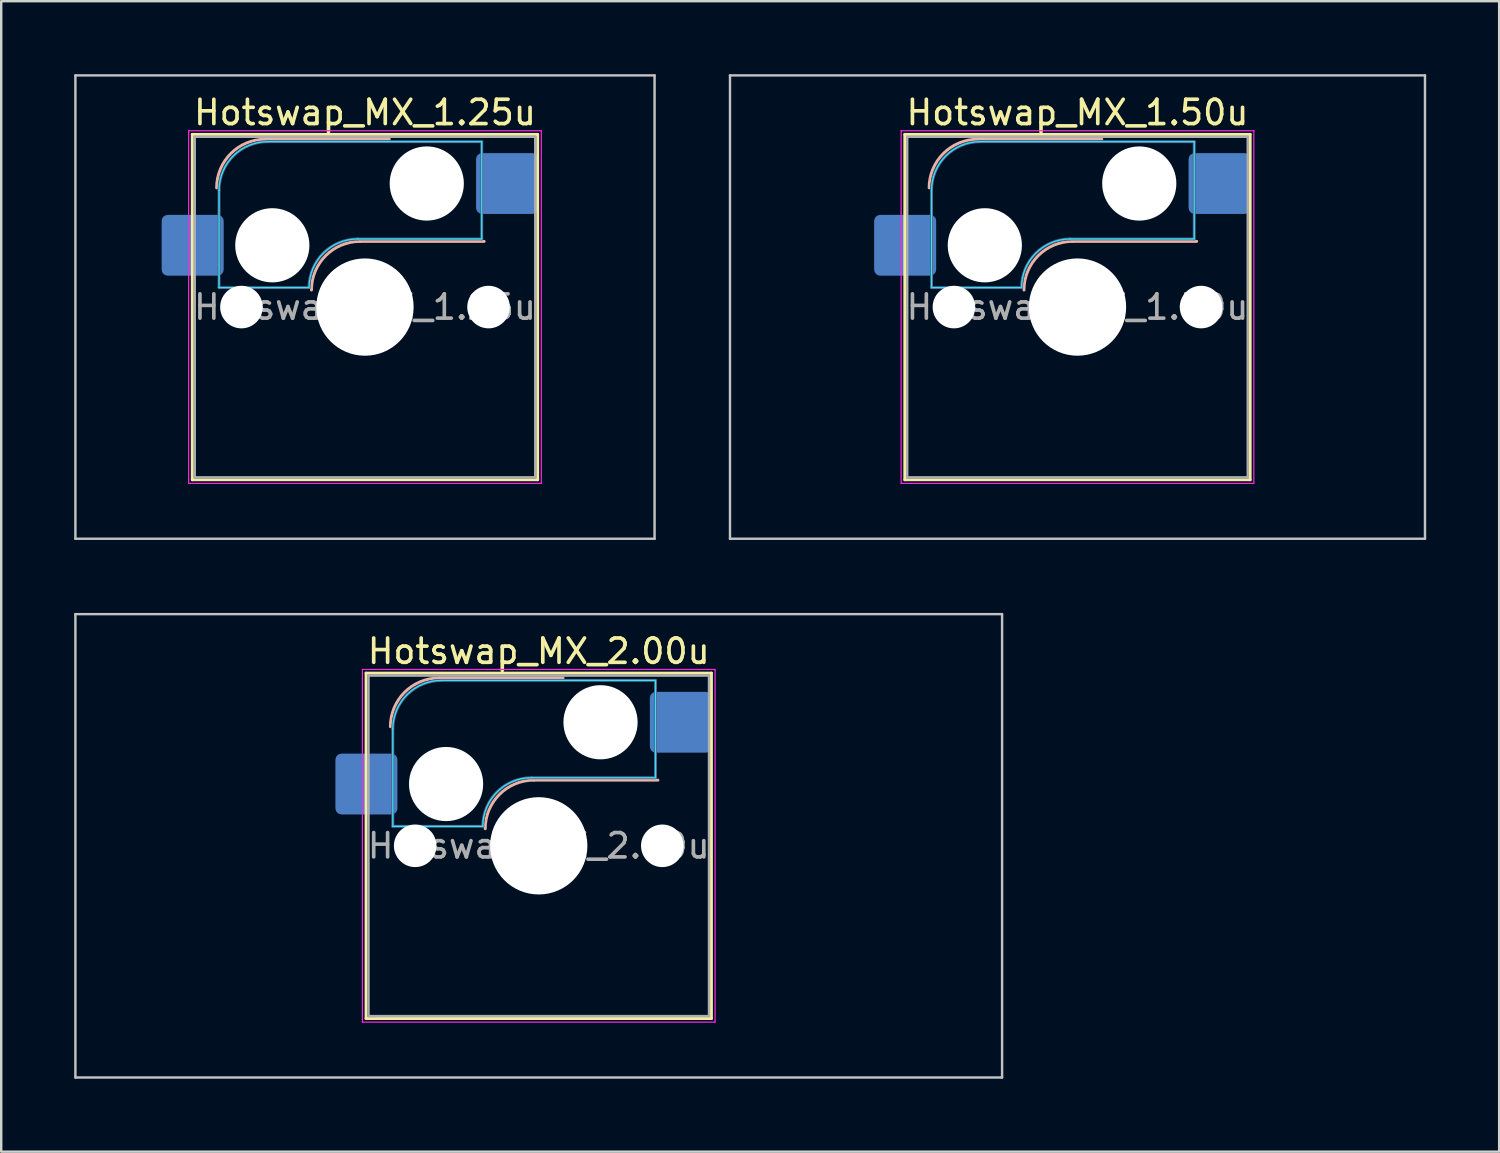
<source format=kicad_pcb>
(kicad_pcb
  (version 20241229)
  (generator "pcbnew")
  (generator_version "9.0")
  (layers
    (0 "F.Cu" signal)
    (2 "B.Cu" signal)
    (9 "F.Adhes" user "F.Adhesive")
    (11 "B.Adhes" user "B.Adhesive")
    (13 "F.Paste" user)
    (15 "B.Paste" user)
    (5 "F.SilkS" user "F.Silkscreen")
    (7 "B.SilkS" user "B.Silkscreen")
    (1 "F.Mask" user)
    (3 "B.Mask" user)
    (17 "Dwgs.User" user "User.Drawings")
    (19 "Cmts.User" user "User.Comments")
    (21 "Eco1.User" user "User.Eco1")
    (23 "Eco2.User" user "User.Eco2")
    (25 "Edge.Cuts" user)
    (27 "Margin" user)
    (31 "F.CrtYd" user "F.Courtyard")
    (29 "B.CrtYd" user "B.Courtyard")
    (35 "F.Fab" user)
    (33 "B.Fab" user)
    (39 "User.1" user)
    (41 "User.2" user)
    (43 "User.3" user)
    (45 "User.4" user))
  (footprint "Hotswap_MX_1.25u"
    (layer "F.Cu")
    (at 11.956 9.575)
    (property "Reference" "Hotswap_MX_1.25u" (at 0 -8 0) (layer "F.SilkS") (effects (font (size 1 1) (thickness 0.15))))
    (attr smd)
    (fp_line (start -7.1 -7.1) (end -7.1 7.1) (stroke (width 0.12) (type solid)) (layer "F.SilkS"))
    (fp_line (start -7.1 7.1) (end 7.1 7.1) (stroke (width 0.12) (type solid)) (layer "F.SilkS"))
    (fp_line (start 7.1 -7.1) (end -7.1 -7.1) (stroke (width 0.12) (type solid)) (layer "F.SilkS"))
    (fp_line (start 7.1 7.1) (end 7.1 -7.1) (stroke (width 0.12) (type solid)) (layer "F.SilkS"))
    (fp_line (start -4.1 -6.9) (end 1 -6.9) (stroke (width 0.12) (type solid)) (layer "B.SilkS"))
    (fp_line (start -0.2 -2.7) (end 4.9 -2.7) (stroke (width 0.12) (type solid)) (layer "B.SilkS"))
    (fp_arc (start -6.1 -4.9) (mid -5.514214 -6.314214) (end -4.1 -6.9) (stroke (width 0.12) (type solid)) (layer "B.SilkS"))
    (fp_arc (start -2.2 -0.7) (mid -1.614214 -2.114214) (end -0.2 -2.7) (stroke (width 0.12) (type solid)) (layer "B.SilkS"))
    (fp_line (start -11.906 -9.525) (end -11.906 9.525) (stroke (width 0.1) (type solid)) (layer "Dwgs.User"))
    (fp_line (start -11.906 9.525) (end 11.906 9.525) (stroke (width 0.1) (type solid)) (layer "Dwgs.User"))
    (fp_line (start 11.906 -9.525) (end -11.906 -9.525) (stroke (width 0.1) (type solid)) (layer "Dwgs.User"))
    (fp_line (start 11.906 9.525) (end 11.906 -9.525) (stroke (width 0.1) (type solid)) (layer "Dwgs.User"))
    (fp_line (start -7.8 -6) (end -7 -6) (stroke (width 0.1) (type solid)) (layer "Eco1.User"))
    (fp_line (start -7.8 -2.9) (end -7.8 -6) (stroke (width 0.1) (type solid)) (layer "Eco1.User"))
    (fp_line (start -7.8 2.9) (end -7 2.9) (stroke (width 0.1) (type solid)) (layer "Eco1.User"))
    (fp_line (start -7.8 6) (end -7.8 2.9) (stroke (width 0.1) (type solid)) (layer "Eco1.User"))
    (fp_line (start -7 -7) (end 7 -7) (stroke (width 0.1) (type solid)) (layer "Eco1.User"))
    (fp_line (start -7 -6) (end -7 -7) (stroke (width 0.1) (type solid)) (layer "Eco1.User"))
    (fp_line (start -7 -2.9) (end -7.8 -2.9) (stroke (width 0.1) (type solid)) (layer "Eco1.User"))
    (fp_line (start -7 2.9) (end -7 -2.9) (stroke (width 0.1) (type solid)) (layer "Eco1.User"))
    (fp_line (start -7 6) (end -7.8 6) (stroke (width 0.1) (type solid)) (layer "Eco1.User"))
    (fp_line (start -7 7) (end -7 6) (stroke (width 0.1) (type solid)) (layer "Eco1.User"))
    (fp_line (start 7 -7) (end 7 -6) (stroke (width 0.1) (type solid)) (layer "Eco1.User"))
    (fp_line (start 7 -6) (end 7.8 -6) (stroke (width 0.1) (type solid)) (layer "Eco1.User"))
    (fp_line (start 7 -2.9) (end 7 2.9) (stroke (width 0.1) (type solid)) (layer "Eco1.User"))
    (fp_line (start 7 2.9) (end 7.8 2.9) (stroke (width 0.1) (type solid)) (layer "Eco1.User"))
    (fp_line (start 7 6) (end 7 7) (stroke (width 0.1) (type solid)) (layer "Eco1.User"))
    (fp_line (start 7 7) (end -7 7) (stroke (width 0.1) (type solid)) (layer "Eco1.User"))
    (fp_line (start 7.8 -6) (end 7.8 -2.9) (stroke (width 0.1) (type solid)) (layer "Eco1.User"))
    (fp_line (start 7.8 -2.9) (end 7 -2.9) (stroke (width 0.1) (type solid)) (layer "Eco1.User"))
    (fp_line (start 7.8 2.9) (end 7.8 6) (stroke (width 0.1) (type solid)) (layer "Eco1.User"))
    (fp_line (start 7.8 6) (end 7 6) (stroke (width 0.1) (type solid)) (layer "Eco1.User"))
    (fp_line (start -6 -0.8) (end -6 -4.8) (stroke (width 0.05) (type solid)) (layer "B.CrtYd"))
    (fp_line (start -6 -0.8) (end -2.3 -0.8) (stroke (width 0.05) (type solid)) (layer "B.CrtYd"))
    (fp_line (start -4 -6.8) (end 4.8 -6.8) (stroke (width 0.05) (type solid)) (layer "B.CrtYd"))
    (fp_line (start -0.3 -2.8) (end 4.8 -2.8) (stroke (width 0.05) (type solid)) (layer "B.CrtYd"))
    (fp_line (start 4.8 -6.8) (end 4.8 -2.8) (stroke (width 0.05) (type solid)) (layer "B.CrtYd"))
    (fp_arc (start -6 -4.8) (mid -5.414214 -6.214214) (end -4 -6.8) (stroke (width 0.05) (type solid)) (layer "B.CrtYd"))
    (fp_arc (start -2.3 -0.8) (mid -1.714214 -2.214214) (end -0.3 -2.8) (stroke (width 0.05) (type solid)) (layer "B.CrtYd"))
    (fp_line (start -7.25 -7.25) (end -7.25 7.25) (stroke (width 0.05) (type solid)) (layer "F.CrtYd"))
    (fp_line (start -7.25 7.25) (end 7.25 7.25) (stroke (width 0.05) (type solid)) (layer "F.CrtYd"))
    (fp_line (start 7.25 -7.25) (end -7.25 -7.25) (stroke (width 0.05) (type solid)) (layer "F.CrtYd"))
    (fp_line (start 7.25 7.25) (end 7.25 -7.25) (stroke (width 0.05) (type solid)) (layer "F.CrtYd"))
    (fp_line (start -6 -0.8) (end -6 -4.8) (stroke (width 0.12) (type solid)) (layer "B.Fab"))
    (fp_line (start -6 -0.8) (end -2.3 -0.8) (stroke (width 0.12) (type solid)) (layer "B.Fab"))
    (fp_line (start -4 -6.8) (end 4.8 -6.8) (stroke (width 0.12) (type solid)) (layer "B.Fab"))
    (fp_line (start -0.3 -2.8) (end 4.8 -2.8) (stroke (width 0.12) (type solid)) (layer "B.Fab"))
    (fp_line (start 4.8 -6.8) (end 4.8 -2.8) (stroke (width 0.12) (type solid)) (layer "B.Fab"))
    (fp_arc (start -6 -4.8) (mid -5.414214 -6.214214) (end -4 -6.8) (stroke (width 0.12) (type solid)) (layer "B.Fab"))
    (fp_arc (start -2.3 -0.8) (mid -1.714214 -2.214214) (end -0.3 -2.8) (stroke (width 0.12) (type solid)) (layer "B.Fab"))
    (fp_line (start -7 -7) (end -7 7) (stroke (width 0.1) (type solid)) (layer "F.Fab"))
    (fp_line (start -7 7) (end 7 7) (stroke (width 0.1) (type solid)) (layer "F.Fab"))
    (fp_line (start 7 -7) (end -7 -7) (stroke (width 0.1) (type solid)) (layer "F.Fab"))
    (fp_line (start 7 7) (end 7 -7) (stroke (width 0.1) (type solid)) (layer "F.Fab"))
    (fp_text user "${REFERENCE}" (at 0 0 0) (layer "F.Fab") (effects (font (size 1 1) (thickness 0.15))))
    (pad "" np_thru_hole circle (at -5.08 0) (size 1.75 1.75) (drill 1.75) (layers "*.Cu" "*.Mask"))
    (pad "" np_thru_hole circle (at -3.81 -2.54) (size 3.05 3.05) (drill 3.05) (layers "*.Cu" "*.Mask"))
    (pad "" np_thru_hole circle (at 0 0) (size 4 4) (drill 4) (layers "*.Cu" "*.Mask"))
    (pad "" np_thru_hole circle (at 2.54 -5.08) (size 3.05 3.05) (drill 3.05) (layers "*.Cu" "*.Mask"))
    (pad "" np_thru_hole circle (at 5.08 0) (size 1.75 1.75) (drill 1.75) (layers "*.Cu" "*.Mask"))
    (pad "1" smd roundrect (at -7.085 -2.54) (size 2.55 2.5) (layers "B.Cu" "B.Mask" "B.Paste") (roundrect_rratio 0.1))
    (pad "2" smd roundrect (at 5.842 -5.08) (size 2.55 2.5) (layers "B.Cu" "B.Mask" "B.Paste") (roundrect_rratio 0.1)))
  (footprint "Hotswap_MX_2.00u"
    (layer "F.Cu")
    (at 19.1 31.725)
    (property "Reference" "Hotswap_MX_2.00u" (at 0 -8 0) (layer "F.SilkS") (effects (font (size 1 1) (thickness 0.15))))
    (attr smd)
    (fp_line (start -7.1 -7.1) (end -7.1 7.1) (stroke (width 0.12) (type solid)) (layer "F.SilkS"))
    (fp_line (start -7.1 7.1) (end 7.1 7.1) (stroke (width 0.12) (type solid)) (layer "F.SilkS"))
    (fp_line (start 7.1 -7.1) (end -7.1 -7.1) (stroke (width 0.12) (type solid)) (layer "F.SilkS"))
    (fp_line (start 7.1 7.1) (end 7.1 -7.1) (stroke (width 0.12) (type solid)) (layer "F.SilkS"))
    (fp_line (start -4.1 -6.9) (end 1 -6.9) (stroke (width 0.12) (type solid)) (layer "B.SilkS"))
    (fp_line (start -0.2 -2.7) (end 4.9 -2.7) (stroke (width 0.12) (type solid)) (layer "B.SilkS"))
    (fp_arc (start -6.1 -4.9) (mid -5.514214 -6.314214) (end -4.1 -6.9) (stroke (width 0.12) (type solid)) (layer "B.SilkS"))
    (fp_arc (start -2.2 -0.7) (mid -1.614214 -2.114214) (end -0.2 -2.7) (stroke (width 0.12) (type solid)) (layer "B.SilkS"))
    (fp_line (start -19.05 -9.525) (end -19.05 9.525) (stroke (width 0.1) (type solid)) (layer "Dwgs.User"))
    (fp_line (start -19.05 9.525) (end 19.05 9.525) (stroke (width 0.1) (type solid)) (layer "Dwgs.User"))
    (fp_line (start 19.05 -9.525) (end -19.05 -9.525) (stroke (width 0.1) (type solid)) (layer "Dwgs.User"))
    (fp_line (start 19.05 9.525) (end 19.05 -9.525) (stroke (width 0.1) (type solid)) (layer "Dwgs.User"))
    (fp_line (start -7.8 -6) (end -7 -6) (stroke (width 0.1) (type solid)) (layer "Eco1.User"))
    (fp_line (start -7.8 -2.9) (end -7.8 -6) (stroke (width 0.1) (type solid)) (layer "Eco1.User"))
    (fp_line (start -7.8 2.9) (end -7 2.9) (stroke (width 0.1) (type solid)) (layer "Eco1.User"))
    (fp_line (start -7.8 6) (end -7.8 2.9) (stroke (width 0.1) (type solid)) (layer "Eco1.User"))
    (fp_line (start -7 -7) (end 7 -7) (stroke (width 0.1) (type solid)) (layer "Eco1.User"))
    (fp_line (start -7 -6) (end -7 -7) (stroke (width 0.1) (type solid)) (layer "Eco1.User"))
    (fp_line (start -7 -2.9) (end -7.8 -2.9) (stroke (width 0.1) (type solid)) (layer "Eco1.User"))
    (fp_line (start -7 2.9) (end -7 -2.9) (stroke (width 0.1) (type solid)) (layer "Eco1.User"))
    (fp_line (start -7 6) (end -7.8 6) (stroke (width 0.1) (type solid)) (layer "Eco1.User"))
    (fp_line (start -7 7) (end -7 6) (stroke (width 0.1) (type solid)) (layer "Eco1.User"))
    (fp_line (start 7 -7) (end 7 -6) (stroke (width 0.1) (type solid)) (layer "Eco1.User"))
    (fp_line (start 7 -6) (end 7.8 -6) (stroke (width 0.1) (type solid)) (layer "Eco1.User"))
    (fp_line (start 7 -2.9) (end 7 2.9) (stroke (width 0.1) (type solid)) (layer "Eco1.User"))
    (fp_line (start 7 2.9) (end 7.8 2.9) (stroke (width 0.1) (type solid)) (layer "Eco1.User"))
    (fp_line (start 7 6) (end 7 7) (stroke (width 0.1) (type solid)) (layer "Eco1.User"))
    (fp_line (start 7 7) (end -7 7) (stroke (width 0.1) (type solid)) (layer "Eco1.User"))
    (fp_line (start 7.8 -6) (end 7.8 -2.9) (stroke (width 0.1) (type solid)) (layer "Eco1.User"))
    (fp_line (start 7.8 -2.9) (end 7 -2.9) (stroke (width 0.1) (type solid)) (layer "Eco1.User"))
    (fp_line (start 7.8 2.9) (end 7.8 6) (stroke (width 0.1) (type solid)) (layer "Eco1.User"))
    (fp_line (start 7.8 6) (end 7 6) (stroke (width 0.1) (type solid)) (layer "Eco1.User"))
    (fp_line (start -6 -0.8) (end -6 -4.8) (stroke (width 0.05) (type solid)) (layer "B.CrtYd"))
    (fp_line (start -6 -0.8) (end -2.3 -0.8) (stroke (width 0.05) (type solid)) (layer "B.CrtYd"))
    (fp_line (start -4 -6.8) (end 4.8 -6.8) (stroke (width 0.05) (type solid)) (layer "B.CrtYd"))
    (fp_line (start -0.3 -2.8) (end 4.8 -2.8) (stroke (width 0.05) (type solid)) (layer "B.CrtYd"))
    (fp_line (start 4.8 -6.8) (end 4.8 -2.8) (stroke (width 0.05) (type solid)) (layer "B.CrtYd"))
    (fp_arc (start -6 -4.8) (mid -5.414214 -6.214214) (end -4 -6.8) (stroke (width 0.05) (type solid)) (layer "B.CrtYd"))
    (fp_arc (start -2.3 -0.8) (mid -1.714214 -2.214214) (end -0.3 -2.8) (stroke (width 0.05) (type solid)) (layer "B.CrtYd"))
    (fp_line (start -7.25 -7.25) (end -7.25 7.25) (stroke (width 0.05) (type solid)) (layer "F.CrtYd"))
    (fp_line (start -7.25 7.25) (end 7.25 7.25) (stroke (width 0.05) (type solid)) (layer "F.CrtYd"))
    (fp_line (start 7.25 -7.25) (end -7.25 -7.25) (stroke (width 0.05) (type solid)) (layer "F.CrtYd"))
    (fp_line (start 7.25 7.25) (end 7.25 -7.25) (stroke (width 0.05) (type solid)) (layer "F.CrtYd"))
    (fp_line (start -6 -0.8) (end -6 -4.8) (stroke (width 0.12) (type solid)) (layer "B.Fab"))
    (fp_line (start -6 -0.8) (end -2.3 -0.8) (stroke (width 0.12) (type solid)) (layer "B.Fab"))
    (fp_line (start -4 -6.8) (end 4.8 -6.8) (stroke (width 0.12) (type solid)) (layer "B.Fab"))
    (fp_line (start -0.3 -2.8) (end 4.8 -2.8) (stroke (width 0.12) (type solid)) (layer "B.Fab"))
    (fp_line (start 4.8 -6.8) (end 4.8 -2.8) (stroke (width 0.12) (type solid)) (layer "B.Fab"))
    (fp_arc (start -6 -4.8) (mid -5.414214 -6.214214) (end -4 -6.8) (stroke (width 0.12) (type solid)) (layer "B.Fab"))
    (fp_arc (start -2.3 -0.8) (mid -1.714214 -2.214214) (end -0.3 -2.8) (stroke (width 0.12) (type solid)) (layer "B.Fab"))
    (fp_line (start -7 -7) (end -7 7) (stroke (width 0.1) (type solid)) (layer "F.Fab"))
    (fp_line (start -7 7) (end 7 7) (stroke (width 0.1) (type solid)) (layer "F.Fab"))
    (fp_line (start 7 -7) (end -7 -7) (stroke (width 0.1) (type solid)) (layer "F.Fab"))
    (fp_line (start 7 7) (end 7 -7) (stroke (width 0.1) (type solid)) (layer "F.Fab"))
    (fp_text user "${REFERENCE}" (at 0 0 0) (layer "F.Fab") (effects (font (size 1 1) (thickness 0.15))))
    (pad "" np_thru_hole circle (at -5.08 0) (size 1.75 1.75) (drill 1.75) (layers "*.Cu" "*.Mask"))
    (pad "" np_thru_hole circle (at -3.81 -2.54) (size 3.05 3.05) (drill 3.05) (layers "*.Cu" "*.Mask"))
    (pad "" np_thru_hole circle (at 0 0) (size 4 4) (drill 4) (layers "*.Cu" "*.Mask"))
    (pad "" np_thru_hole circle (at 2.54 -5.08) (size 3.05 3.05) (drill 3.05) (layers "*.Cu" "*.Mask"))
    (pad "" np_thru_hole circle (at 5.08 0) (size 1.75 1.75) (drill 1.75) (layers "*.Cu" "*.Mask"))
    (pad "1" smd roundrect (at -7.085 -2.54) (size 2.55 2.5) (layers "B.Cu" "B.Mask" "B.Paste") (roundrect_rratio 0.1))
    (pad "2" smd roundrect (at 5.842 -5.08) (size 2.55 2.5) (layers "B.Cu" "B.Mask" "B.Paste") (roundrect_rratio 0.1)))
  (footprint "Hotswap_MX_1.50u"
    (layer "F.Cu")
    (at 41.25 9.575)
    (property "Reference" "Hotswap_MX_1.50u" (at 0 -8 0) (layer "F.SilkS") (effects (font (size 1 1) (thickness 0.15))))
    (attr smd)
    (fp_line (start -7.1 -7.1) (end -7.1 7.1) (stroke (width 0.12) (type solid)) (layer "F.SilkS"))
    (fp_line (start -7.1 7.1) (end 7.1 7.1) (stroke (width 0.12) (type solid)) (layer "F.SilkS"))
    (fp_line (start 7.1 -7.1) (end -7.1 -7.1) (stroke (width 0.12) (type solid)) (layer "F.SilkS"))
    (fp_line (start 7.1 7.1) (end 7.1 -7.1) (stroke (width 0.12) (type solid)) (layer "F.SilkS"))
    (fp_line (start -4.1 -6.9) (end 1 -6.9) (stroke (width 0.12) (type solid)) (layer "B.SilkS"))
    (fp_line (start -0.2 -2.7) (end 4.9 -2.7) (stroke (width 0.12) (type solid)) (layer "B.SilkS"))
    (fp_arc (start -6.1 -4.9) (mid -5.514214 -6.314214) (end -4.1 -6.9) (stroke (width 0.12) (type solid)) (layer "B.SilkS"))
    (fp_arc (start -2.2 -0.7) (mid -1.614214 -2.114214) (end -0.2 -2.7) (stroke (width 0.12) (type solid)) (layer "B.SilkS"))
    (fp_line (start -14.287 -9.525) (end -14.287 9.525) (stroke (width 0.1) (type solid)) (layer "Dwgs.User"))
    (fp_line (start -14.287 9.525) (end 14.287 9.525) (stroke (width 0.1) (type solid)) (layer "Dwgs.User"))
    (fp_line (start 14.287 -9.525) (end -14.287 -9.525) (stroke (width 0.1) (type solid)) (layer "Dwgs.User"))
    (fp_line (start 14.287 9.525) (end 14.287 -9.525) (stroke (width 0.1) (type solid)) (layer "Dwgs.User"))
    (fp_line (start -7.8 -6) (end -7 -6) (stroke (width 0.1) (type solid)) (layer "Eco1.User"))
    (fp_line (start -7.8 -2.9) (end -7.8 -6) (stroke (width 0.1) (type solid)) (layer "Eco1.User"))
    (fp_line (start -7.8 2.9) (end -7 2.9) (stroke (width 0.1) (type solid)) (layer "Eco1.User"))
    (fp_line (start -7.8 6) (end -7.8 2.9) (stroke (width 0.1) (type solid)) (layer "Eco1.User"))
    (fp_line (start -7 -7) (end 7 -7) (stroke (width 0.1) (type solid)) (layer "Eco1.User"))
    (fp_line (start -7 -6) (end -7 -7) (stroke (width 0.1) (type solid)) (layer "Eco1.User"))
    (fp_line (start -7 -2.9) (end -7.8 -2.9) (stroke (width 0.1) (type solid)) (layer "Eco1.User"))
    (fp_line (start -7 2.9) (end -7 -2.9) (stroke (width 0.1) (type solid)) (layer "Eco1.User"))
    (fp_line (start -7 6) (end -7.8 6) (stroke (width 0.1) (type solid)) (layer "Eco1.User"))
    (fp_line (start -7 7) (end -7 6) (stroke (width 0.1) (type solid)) (layer "Eco1.User"))
    (fp_line (start 7 -7) (end 7 -6) (stroke (width 0.1) (type solid)) (layer "Eco1.User"))
    (fp_line (start 7 -6) (end 7.8 -6) (stroke (width 0.1) (type solid)) (layer "Eco1.User"))
    (fp_line (start 7 -2.9) (end 7 2.9) (stroke (width 0.1) (type solid)) (layer "Eco1.User"))
    (fp_line (start 7 2.9) (end 7.8 2.9) (stroke (width 0.1) (type solid)) (layer "Eco1.User"))
    (fp_line (start 7 6) (end 7 7) (stroke (width 0.1) (type solid)) (layer "Eco1.User"))
    (fp_line (start 7 7) (end -7 7) (stroke (width 0.1) (type solid)) (layer "Eco1.User"))
    (fp_line (start 7.8 -6) (end 7.8 -2.9) (stroke (width 0.1) (type solid)) (layer "Eco1.User"))
    (fp_line (start 7.8 -2.9) (end 7 -2.9) (stroke (width 0.1) (type solid)) (layer "Eco1.User"))
    (fp_line (start 7.8 2.9) (end 7.8 6) (stroke (width 0.1) (type solid)) (layer "Eco1.User"))
    (fp_line (start 7.8 6) (end 7 6) (stroke (width 0.1) (type solid)) (layer "Eco1.User"))
    (fp_line (start -6 -0.8) (end -6 -4.8) (stroke (width 0.05) (type solid)) (layer "B.CrtYd"))
    (fp_line (start -6 -0.8) (end -2.3 -0.8) (stroke (width 0.05) (type solid)) (layer "B.CrtYd"))
    (fp_line (start -4 -6.8) (end 4.8 -6.8) (stroke (width 0.05) (type solid)) (layer "B.CrtYd"))
    (fp_line (start -0.3 -2.8) (end 4.8 -2.8) (stroke (width 0.05) (type solid)) (layer "B.CrtYd"))
    (fp_line (start 4.8 -6.8) (end 4.8 -2.8) (stroke (width 0.05) (type solid)) (layer "B.CrtYd"))
    (fp_arc (start -6 -4.8) (mid -5.414214 -6.214214) (end -4 -6.8) (stroke (width 0.05) (type solid)) (layer "B.CrtYd"))
    (fp_arc (start -2.3 -0.8) (mid -1.714214 -2.214214) (end -0.3 -2.8) (stroke (width 0.05) (type solid)) (layer "B.CrtYd"))
    (fp_line (start -7.25 -7.25) (end -7.25 7.25) (stroke (width 0.05) (type solid)) (layer "F.CrtYd"))
    (fp_line (start -7.25 7.25) (end 7.25 7.25) (stroke (width 0.05) (type solid)) (layer "F.CrtYd"))
    (fp_line (start 7.25 -7.25) (end -7.25 -7.25) (stroke (width 0.05) (type solid)) (layer "F.CrtYd"))
    (fp_line (start 7.25 7.25) (end 7.25 -7.25) (stroke (width 0.05) (type solid)) (layer "F.CrtYd"))
    (fp_line (start -6 -0.8) (end -6 -4.8) (stroke (width 0.12) (type solid)) (layer "B.Fab"))
    (fp_line (start -6 -0.8) (end -2.3 -0.8) (stroke (width 0.12) (type solid)) (layer "B.Fab"))
    (fp_line (start -4 -6.8) (end 4.8 -6.8) (stroke (width 0.12) (type solid)) (layer "B.Fab"))
    (fp_line (start -0.3 -2.8) (end 4.8 -2.8) (stroke (width 0.12) (type solid)) (layer "B.Fab"))
    (fp_line (start 4.8 -6.8) (end 4.8 -2.8) (stroke (width 0.12) (type solid)) (layer "B.Fab"))
    (fp_arc (start -6 -4.8) (mid -5.414214 -6.214214) (end -4 -6.8) (stroke (width 0.12) (type solid)) (layer "B.Fab"))
    (fp_arc (start -2.3 -0.8) (mid -1.714214 -2.214214) (end -0.3 -2.8) (stroke (width 0.12) (type solid)) (layer "B.Fab"))
    (fp_line (start -7 -7) (end -7 7) (stroke (width 0.1) (type solid)) (layer "F.Fab"))
    (fp_line (start -7 7) (end 7 7) (stroke (width 0.1) (type solid)) (layer "F.Fab"))
    (fp_line (start 7 -7) (end -7 -7) (stroke (width 0.1) (type solid)) (layer "F.Fab"))
    (fp_line (start 7 7) (end 7 -7) (stroke (width 0.1) (type solid)) (layer "F.Fab"))
    (fp_text user "${REFERENCE}" (at 0 0 0) (layer "F.Fab") (effects (font (size 1 1) (thickness 0.15))))
    (pad "" np_thru_hole circle (at -5.08 0) (size 1.75 1.75) (drill 1.75) (layers "*.Cu" "*.Mask"))
    (pad "" np_thru_hole circle (at -3.81 -2.54) (size 3.05 3.05) (drill 3.05) (layers "*.Cu" "*.Mask"))
    (pad "" np_thru_hole circle (at 0 0) (size 4 4) (drill 4) (layers "*.Cu" "*.Mask"))
    (pad "" np_thru_hole circle (at 2.54 -5.08) (size 3.05 3.05) (drill 3.05) (layers "*.Cu" "*.Mask"))
    (pad "" np_thru_hole circle (at 5.08 0) (size 1.75 1.75) (drill 1.75) (layers "*.Cu" "*.Mask"))
    (pad "1" smd roundrect (at -7.085 -2.54) (size 2.55 2.5) (layers "B.Cu" "B.Mask" "B.Paste") (roundrect_rratio 0.1))
    (pad "2" smd roundrect (at 5.842 -5.08) (size 2.55 2.5) (layers "B.Cu" "B.Mask" "B.Paste") (roundrect_rratio 0.1)))
  (gr_rect
    (start -3 -3)
    (end 58.587 44.3)
    (stroke (width 0.1) (type default))
    (fill no)
    (layer "Edge.Cuts")))
</source>
